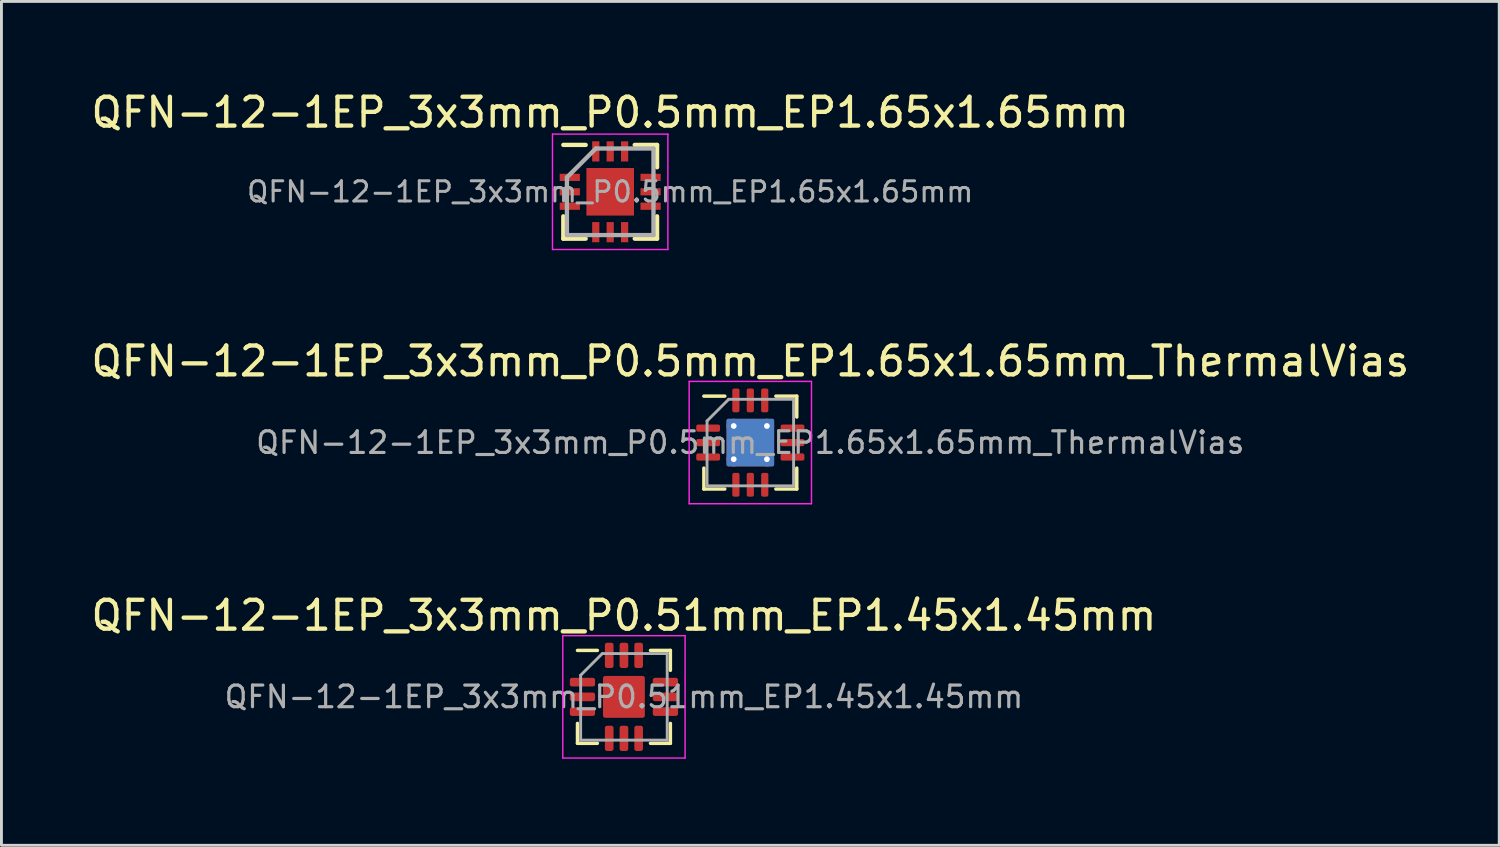
<source format=kicad_pcb>
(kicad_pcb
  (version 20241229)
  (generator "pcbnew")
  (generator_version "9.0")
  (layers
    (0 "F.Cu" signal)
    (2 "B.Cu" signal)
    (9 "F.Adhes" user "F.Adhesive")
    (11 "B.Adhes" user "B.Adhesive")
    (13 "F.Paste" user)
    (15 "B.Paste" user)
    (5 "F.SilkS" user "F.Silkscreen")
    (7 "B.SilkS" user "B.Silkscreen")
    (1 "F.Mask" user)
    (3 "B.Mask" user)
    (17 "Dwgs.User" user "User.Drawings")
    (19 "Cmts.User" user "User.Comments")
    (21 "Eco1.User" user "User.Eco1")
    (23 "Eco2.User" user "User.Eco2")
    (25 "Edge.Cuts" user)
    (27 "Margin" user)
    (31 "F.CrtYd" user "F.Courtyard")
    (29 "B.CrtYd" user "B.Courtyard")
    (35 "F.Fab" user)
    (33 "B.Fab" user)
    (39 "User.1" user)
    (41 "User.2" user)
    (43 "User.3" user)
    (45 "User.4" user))
  (footprint "QFN-12-1EP_3x3mm_P0.51mm_EP1.45x1.45mm"
    (layer "F.Cu")
    (at 18.577 21.105)
    (property "Reference" "QFN-12-1EP_3x3mm_P0.51mm_EP1.45x1.45mm" (at 0 -2.82 0) (layer "F.SilkS") (effects (font (size 1 1) (thickness 0.15))))
    (attr smd)
    (fp_line (start -1.61 1.61) (end -1.61 0.92) (stroke (width 0.12) (type solid)) (layer "F.SilkS"))
    (fp_line (start -0.92 -1.61) (end -1.61 -1.61) (stroke (width 0.12) (type solid)) (layer "F.SilkS"))
    (fp_line (start -0.92 1.61) (end -1.61 1.61) (stroke (width 0.12) (type solid)) (layer "F.SilkS"))
    (fp_line (start 0.92 -1.61) (end 1.61 -1.61) (stroke (width 0.12) (type solid)) (layer "F.SilkS"))
    (fp_line (start 0.92 1.61) (end 1.61 1.61) (stroke (width 0.12) (type solid)) (layer "F.SilkS"))
    (fp_line (start 1.61 -1.61) (end 1.61 -0.92) (stroke (width 0.12) (type solid)) (layer "F.SilkS"))
    (fp_line (start 1.61 1.61) (end 1.61 0.92) (stroke (width 0.12) (type solid)) (layer "F.SilkS"))
    (fp_line (start -2.12 -2.12) (end -2.12 2.12) (stroke (width 0.05) (type solid)) (layer "F.CrtYd"))
    (fp_line (start -2.12 2.12) (end 2.12 2.12) (stroke (width 0.05) (type solid)) (layer "F.CrtYd"))
    (fp_line (start 2.12 -2.12) (end -2.12 -2.12) (stroke (width 0.05) (type solid)) (layer "F.CrtYd"))
    (fp_line (start 2.12 2.12) (end 2.12 -2.12) (stroke (width 0.05) (type solid)) (layer "F.CrtYd"))
    (fp_line (start -1.5 -0.75) (end -0.75 -1.5) (stroke (width 0.1) (type solid)) (layer "F.Fab"))
    (fp_line (start -1.5 1.5) (end -1.5 -0.75) (stroke (width 0.1) (type solid)) (layer "F.Fab"))
    (fp_line (start -0.75 -1.5) (end 1.5 -1.5) (stroke (width 0.1) (type solid)) (layer "F.Fab"))
    (fp_line (start 1.5 -1.5) (end 1.5 1.5) (stroke (width 0.1) (type solid)) (layer "F.Fab"))
    (fp_line (start 1.5 1.5) (end -1.5 1.5) (stroke (width 0.1) (type solid)) (layer "F.Fab"))
    (fp_text user "${REFERENCE}" (at 0 0 0) (layer "F.Fab") (effects (font (size 0.75 0.75) (thickness 0.11))))
    (pad "" smd roundrect (at -0.36 -0.36) (size 0.58 0.58) (layers "F.Paste") (roundrect_rratio 0.25))
    (pad "" smd roundrect (at -0.36 0.36) (size 0.58 0.58) (layers "F.Paste") (roundrect_rratio 0.25))
    (pad "" smd roundrect (at 0.36 -0.36) (size 0.58 0.58) (layers "F.Paste") (roundrect_rratio 0.25))
    (pad "" smd roundrect (at 0.36 0.36) (size 0.58 0.58) (layers "F.Paste") (roundrect_rratio 0.25))
    (pad "1" smd roundrect (at -1.438 -0.51) (size 0.875 0.3) (layers "F.Cu" "F.Mask" "F.Paste") (roundrect_rratio 0.25))
    (pad "2" smd roundrect (at -1.438 0) (size 0.875 0.3) (layers "F.Cu" "F.Mask" "F.Paste") (roundrect_rratio 0.25))
    (pad "3" smd roundrect (at -1.438 0.51) (size 0.875 0.3) (layers "F.Cu" "F.Mask" "F.Paste") (roundrect_rratio 0.25))
    (pad "4" smd roundrect (at -0.51 1.438) (size 0.3 0.875) (layers "F.Cu" "F.Mask" "F.Paste") (roundrect_rratio 0.25))
    (pad "5" smd roundrect (at 0 1.438) (size 0.3 0.875) (layers "F.Cu" "F.Mask" "F.Paste") (roundrect_rratio 0.25))
    (pad "6" smd roundrect (at 0.51 1.438) (size 0.3 0.875) (layers "F.Cu" "F.Mask" "F.Paste") (roundrect_rratio 0.25))
    (pad "7" smd roundrect (at 1.438 0.51) (size 0.875 0.3) (layers "F.Cu" "F.Mask" "F.Paste") (roundrect_rratio 0.25))
    (pad "8" smd roundrect (at 1.438 0) (size 0.875 0.3) (layers "F.Cu" "F.Mask" "F.Paste") (roundrect_rratio 0.25))
    (pad "9" smd roundrect (at 1.438 -0.51) (size 0.875 0.3) (layers "F.Cu" "F.Mask" "F.Paste") (roundrect_rratio 0.25))
    (pad "10" smd roundrect (at 0.51 -1.438) (size 0.3 0.875) (layers "F.Cu" "F.Mask" "F.Paste") (roundrect_rratio 0.25))
    (pad "11" smd roundrect (at 0 -1.438) (size 0.3 0.875) (layers "F.Cu" "F.Mask" "F.Paste") (roundrect_rratio 0.25))
    (pad "12" smd roundrect (at -0.51 -1.438) (size 0.3 0.875) (layers "F.Cu" "F.Mask" "F.Paste") (roundrect_rratio 0.25))
    (pad "13" smd roundrect (at 0 0) (size 1.45 1.45) (layers "F.Cu" "F.Mask") (roundrect_rratio 0.052)))
  (footprint "QFN-12-1EP_3x3mm_P0.5mm_EP1.65x1.65mm_ThermalVias"
    (layer "F.Cu")
    (at 22.958 12.291)
    (property "Reference" "QFN-12-1EP_3x3mm_P0.5mm_EP1.65x1.65mm_ThermalVias" (at 0 -2.82 0) (layer "F.SilkS") (effects (font (size 1 1) (thickness 0.15))))
    (attr smd)
    (fp_line (start -1.61 1.61) (end -1.61 0.885) (stroke (width 0.12) (type solid)) (layer "F.SilkS"))
    (fp_line (start -0.885 -1.61) (end -1.61 -1.61) (stroke (width 0.12) (type solid)) (layer "F.SilkS"))
    (fp_line (start -0.885 1.61) (end -1.61 1.61) (stroke (width 0.12) (type solid)) (layer "F.SilkS"))
    (fp_line (start 0.885 -1.61) (end 1.61 -1.61) (stroke (width 0.12) (type solid)) (layer "F.SilkS"))
    (fp_line (start 0.885 1.61) (end 1.61 1.61) (stroke (width 0.12) (type solid)) (layer "F.SilkS"))
    (fp_line (start 1.61 -1.61) (end 1.61 -0.885) (stroke (width 0.12) (type solid)) (layer "F.SilkS"))
    (fp_line (start 1.61 1.61) (end 1.61 0.885) (stroke (width 0.12) (type solid)) (layer "F.SilkS"))
    (fp_line (start -2.12 -2.12) (end -2.12 2.12) (stroke (width 0.05) (type solid)) (layer "F.CrtYd"))
    (fp_line (start -2.12 2.12) (end 2.12 2.12) (stroke (width 0.05) (type solid)) (layer "F.CrtYd"))
    (fp_line (start 2.12 -2.12) (end -2.12 -2.12) (stroke (width 0.05) (type solid)) (layer "F.CrtYd"))
    (fp_line (start 2.12 2.12) (end 2.12 -2.12) (stroke (width 0.05) (type solid)) (layer "F.CrtYd"))
    (fp_line (start -1.5 -0.75) (end -0.75 -1.5) (stroke (width 0.1) (type solid)) (layer "F.Fab"))
    (fp_line (start -1.5 1.5) (end -1.5 -0.75) (stroke (width 0.1) (type solid)) (layer "F.Fab"))
    (fp_line (start -0.75 -1.5) (end 1.5 -1.5) (stroke (width 0.1) (type solid)) (layer "F.Fab"))
    (fp_line (start 1.5 -1.5) (end 1.5 1.5) (stroke (width 0.1) (type solid)) (layer "F.Fab"))
    (fp_line (start 1.5 1.5) (end -1.5 1.5) (stroke (width 0.1) (type solid)) (layer "F.Fab"))
    (fp_text user "${REFERENCE}" (at 0 0 0) (layer "F.Fab") (effects (font (size 0.75 0.75) (thickness 0.11))))
    (pad "" smd roundrect (at -0.41 -0.41) (size 0.71 0.71) (layers "F.Paste") (roundrect_rratio 0.25))
    (pad "" smd roundrect (at -0.41 0.41) (size 0.71 0.71) (layers "F.Paste") (roundrect_rratio 0.25))
    (pad "" smd roundrect (at 0.41 -0.41) (size 0.71 0.71) (layers "F.Paste") (roundrect_rratio 0.25))
    (pad "" smd roundrect (at 0.41 0.41) (size 0.71 0.71) (layers "F.Paste") (roundrect_rratio 0.25))
    (pad "1" smd roundrect (at -1.462 -0.5) (size 0.825 0.25) (layers "F.Cu" "F.Mask" "F.Paste") (roundrect_rratio 0.25))
    (pad "2" smd roundrect (at -1.462 0) (size 0.825 0.25) (layers "F.Cu" "F.Mask" "F.Paste") (roundrect_rratio 0.25))
    (pad "3" smd roundrect (at -1.462 0.5) (size 0.825 0.25) (layers "F.Cu" "F.Mask" "F.Paste") (roundrect_rratio 0.25))
    (pad "4" smd roundrect (at -0.5 1.462) (size 0.25 0.825) (layers "F.Cu" "F.Mask" "F.Paste") (roundrect_rratio 0.25))
    (pad "5" smd roundrect (at 0 1.462) (size 0.25 0.825) (layers "F.Cu" "F.Mask" "F.Paste") (roundrect_rratio 0.25))
    (pad "6" smd roundrect (at 0.5 1.462) (size 0.25 0.825) (layers "F.Cu" "F.Mask" "F.Paste") (roundrect_rratio 0.25))
    (pad "7" smd roundrect (at 1.462 0.5) (size 0.825 0.25) (layers "F.Cu" "F.Mask" "F.Paste") (roundrect_rratio 0.25))
    (pad "8" smd roundrect (at 1.462 0) (size 0.825 0.25) (layers "F.Cu" "F.Mask" "F.Paste") (roundrect_rratio 0.25))
    (pad "9" smd roundrect (at 1.462 -0.5) (size 0.825 0.25) (layers "F.Cu" "F.Mask" "F.Paste") (roundrect_rratio 0.25))
    (pad "10" smd roundrect (at 0.5 -1.462) (size 0.25 0.825) (layers "F.Cu" "F.Mask" "F.Paste") (roundrect_rratio 0.25))
    (pad "11" smd roundrect (at 0 -1.462) (size 0.25 0.825) (layers "F.Cu" "F.Mask" "F.Paste") (roundrect_rratio 0.25))
    (pad "12" smd roundrect (at -0.5 -1.462) (size 0.25 0.825) (layers "F.Cu" "F.Mask" "F.Paste") (roundrect_rratio 0.25))
    (pad "13" thru_hole circle (at -0.575 -0.575) (size 0.5 0.5) (drill 0.2) (layers "*.Cu"))
    (pad "13" thru_hole circle (at -0.575 0.575) (size 0.5 0.5) (drill 0.2) (layers "*.Cu"))
    (pad "13" smd roundrect (at 0 0) (size 1.65 1.65) (layers "F.Cu" "F.Mask") (roundrect_rratio 0.038))
    (pad "13" smd roundrect (at 0 0) (size 1.65 1.65) (layers "B.Cu") (roundrect_rratio 0.038))
    (pad "13" thru_hole circle (at 0.575 -0.575) (size 0.5 0.5) (drill 0.2) (layers "*.Cu"))
    (pad "13" thru_hole circle (at 0.575 0.575) (size 0.5 0.5) (drill 0.2) (layers "*.Cu")))
  (footprint "QFN-12-1EP_3x3mm_P0.5mm_EP1.65x1.65mm"
    (layer "F.Cu")
    (at 18.101 3.598)
    (property "Reference" "QFN-12-1EP_3x3mm_P0.5mm_EP1.65x1.65mm" (at 0 -2.75 0) (layer "F.SilkS") (effects (font (size 1 1) (thickness 0.15))))
    (attr smd)
    (fp_line (start -1.625 -1.625) (end -0.85 -1.625) (stroke (width 0.15) (type solid)) (layer "F.SilkS"))
    (fp_line (start -1.625 1.625) (end -1.625 0.85) (stroke (width 0.15) (type solid)) (layer "F.SilkS"))
    (fp_line (start -1.625 1.625) (end -0.85 1.625) (stroke (width 0.15) (type solid)) (layer "F.SilkS"))
    (fp_line (start 1.625 -1.625) (end 0.85 -1.625) (stroke (width 0.15) (type solid)) (layer "F.SilkS"))
    (fp_line (start 1.625 -1.625) (end 1.625 -0.85) (stroke (width 0.15) (type solid)) (layer "F.SilkS"))
    (fp_line (start 1.625 1.625) (end 0.85 1.625) (stroke (width 0.15) (type solid)) (layer "F.SilkS"))
    (fp_line (start 1.625 1.625) (end 1.625 0.85) (stroke (width 0.15) (type solid)) (layer "F.SilkS"))
    (fp_line (start -2 -2) (end -2 2) (stroke (width 0.05) (type solid)) (layer "F.CrtYd"))
    (fp_line (start -2 -2) (end 2 -2) (stroke (width 0.05) (type solid)) (layer "F.CrtYd"))
    (fp_line (start -2 2) (end 2 2) (stroke (width 0.05) (type solid)) (layer "F.CrtYd"))
    (fp_line (start 2 -2) (end 2 2) (stroke (width 0.05) (type solid)) (layer "F.CrtYd"))
    (fp_line (start -1.5 -0.5) (end -0.5 -1.5) (stroke (width 0.15) (type solid)) (layer "F.Fab"))
    (fp_line (start -1.5 1.5) (end -1.5 -0.5) (stroke (width 0.15) (type solid)) (layer "F.Fab"))
    (fp_line (start -0.5 -1.5) (end 1.5 -1.5) (stroke (width 0.15) (type solid)) (layer "F.Fab"))
    (fp_line (start 1.5 -1.5) (end 1.5 1.5) (stroke (width 0.15) (type solid)) (layer "F.Fab"))
    (fp_line (start 1.5 1.5) (end -1.5 1.5) (stroke (width 0.15) (type solid)) (layer "F.Fab"))
    (fp_text user "${REFERENCE}" (at 0 0 0) (layer "F.Fab") (effects (font (size 0.7 0.7) (thickness 0.105))))
    (pad "" smd rect (at -0.412 -0.412) (size 0.67 0.67) (layers "F.Paste"))
    (pad "" smd rect (at -0.412 0.412) (size 0.67 0.67) (layers "F.Paste"))
    (pad "" smd rect (at 0.412 -0.412) (size 0.67 0.67) (layers "F.Paste"))
    (pad "" smd rect (at 0.412 0.412) (size 0.67 0.67) (layers "F.Paste"))
    (pad "1" smd rect (at -1.4 -0.5) (size 0.7 0.25) (layers "F.Cu" "F.Mask" "F.Paste"))
    (pad "2" smd rect (at -1.4 0) (size 0.7 0.25) (layers "F.Cu" "F.Mask" "F.Paste"))
    (pad "3" smd rect (at -1.4 0.5) (size 0.7 0.25) (layers "F.Cu" "F.Mask" "F.Paste"))
    (pad "4" smd rect (at -0.5 1.4 90) (size 0.7 0.25) (layers "F.Cu" "F.Mask" "F.Paste"))
    (pad "5" smd rect (at 0 1.4 90) (size 0.7 0.25) (layers "F.Cu" "F.Mask" "F.Paste"))
    (pad "6" smd rect (at 0.5 1.4 90) (size 0.7 0.25) (layers "F.Cu" "F.Mask" "F.Paste"))
    (pad "7" smd rect (at 1.4 0.5) (size 0.7 0.25) (layers "F.Cu" "F.Mask" "F.Paste"))
    (pad "8" smd rect (at 1.4 0) (size 0.7 0.25) (layers "F.Cu" "F.Mask" "F.Paste"))
    (pad "9" smd rect (at 1.4 -0.5) (size 0.7 0.25) (layers "F.Cu" "F.Mask" "F.Paste"))
    (pad "10" smd rect (at 0.5 -1.4 90) (size 0.7 0.25) (layers "F.Cu" "F.Mask" "F.Paste"))
    (pad "11" smd rect (at 0 -1.4 90) (size 0.7 0.25) (layers "F.Cu" "F.Mask" "F.Paste"))
    (pad "12" smd rect (at -0.5 -1.4 90) (size 0.7 0.25) (layers "F.Cu" "F.Mask" "F.Paste"))
    (pad "13" smd rect (at 0 0) (size 1.65 1.65) (layers "F.Cu" "F.Mask")))
  (gr_rect
    (start -3 -3)
    (end 48.917 26.25)
    (stroke (width 0.1) (type default))
    (fill no)
    (layer "Edge.Cuts")))
</source>
